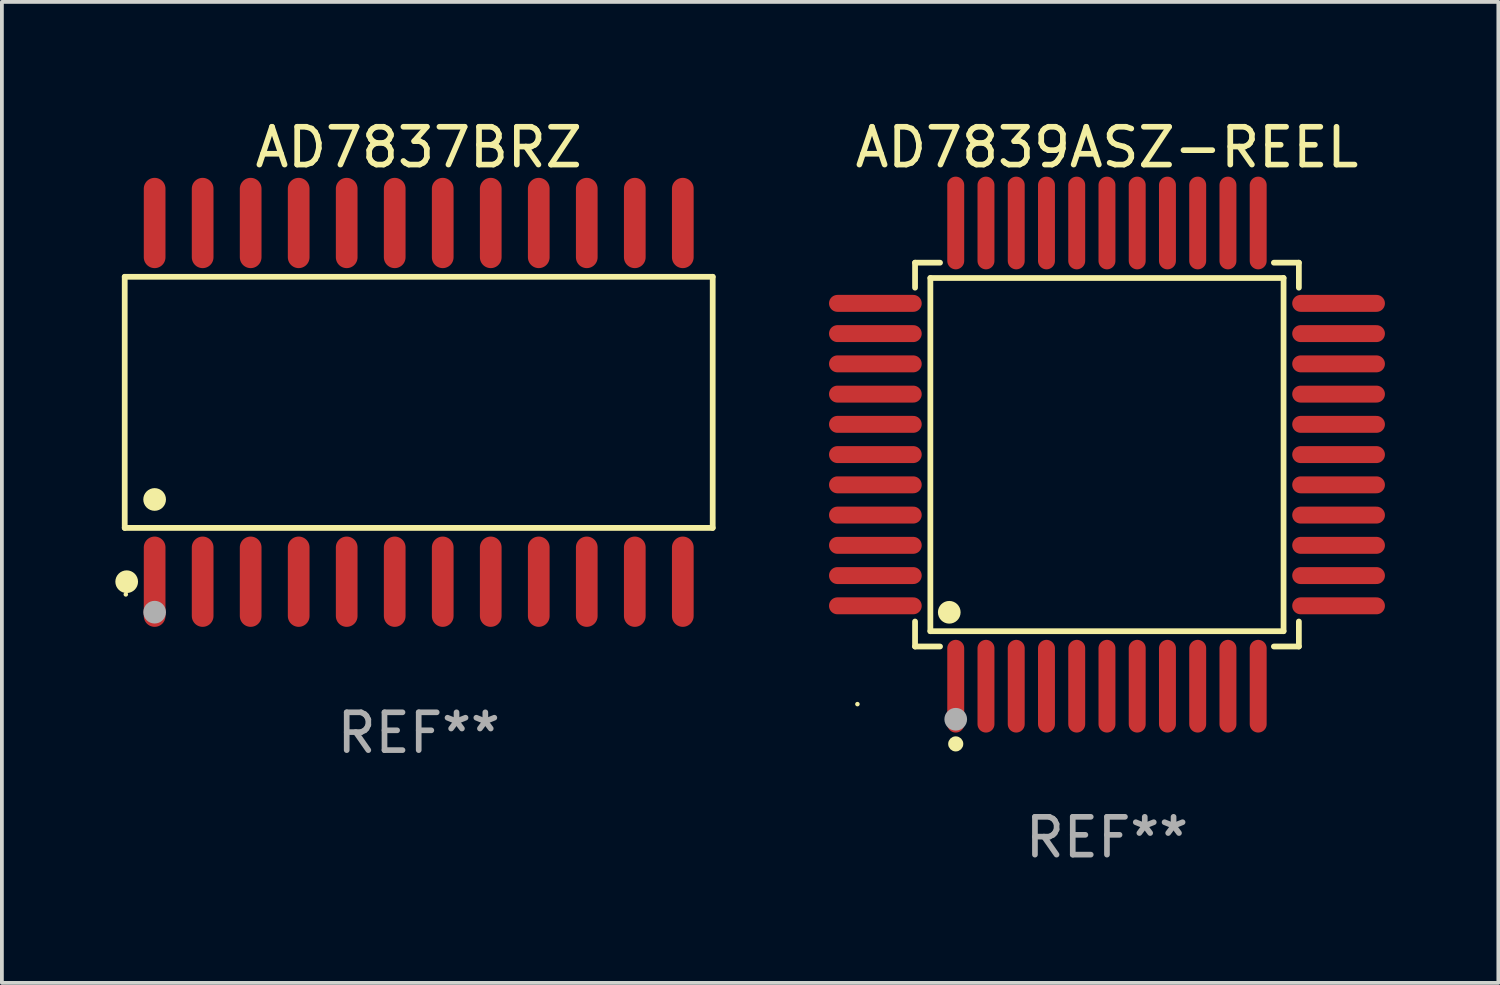
<source format=kicad_pcb>
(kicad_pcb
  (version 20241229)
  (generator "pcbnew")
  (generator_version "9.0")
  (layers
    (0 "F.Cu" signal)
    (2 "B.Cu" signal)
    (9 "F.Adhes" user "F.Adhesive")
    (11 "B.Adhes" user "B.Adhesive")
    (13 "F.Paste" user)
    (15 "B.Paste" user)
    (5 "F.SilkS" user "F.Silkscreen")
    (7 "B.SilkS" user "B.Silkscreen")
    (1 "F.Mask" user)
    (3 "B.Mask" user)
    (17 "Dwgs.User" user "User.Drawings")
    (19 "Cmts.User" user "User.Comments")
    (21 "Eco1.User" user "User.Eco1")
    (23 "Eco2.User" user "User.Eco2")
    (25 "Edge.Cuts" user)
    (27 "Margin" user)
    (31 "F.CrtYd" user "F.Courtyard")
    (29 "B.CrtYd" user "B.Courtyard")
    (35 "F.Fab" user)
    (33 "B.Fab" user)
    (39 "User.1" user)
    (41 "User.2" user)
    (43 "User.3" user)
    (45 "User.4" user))
  (footprint "AD7837BRZ"
    (layer "F.Cu")
    (at 8.025 7.592)
    (property "Reference" "AD7837BRZ" (at 0 -6.744 0) (layer "F.SilkS") (effects (font (size 1 1) (thickness 0.15))))
    (attr through_hole)
    (fp_line (start -7.776 -3.321) (end 7.776 -3.321) (stroke (width 0.152) (type solid)) (layer "F.SilkS"))
    (fp_line (start -7.776 3.321) (end -7.776 -3.321) (stroke (width 0.152) (type solid)) (layer "F.SilkS"))
    (fp_line (start 7.776 -3.321) (end 7.776 3.321) (stroke (width 0.152) (type solid)) (layer "F.SilkS"))
    (fp_line (start 7.776 3.321) (end -7.776 3.321) (stroke (width 0.152) (type solid)) (layer "F.SilkS"))
    (fp_circle (center -7.747 5.08) (end -7.717 5.08) (stroke (width 0.06) (type solid)) (fill no) (layer "F.SilkS"))
    (fp_circle (center -7.724 4.744) (end -7.574 4.744) (stroke (width 0.3) (type solid)) (fill no) (layer "F.SilkS"))
    (fp_circle (center -6.985 2.569) (end -6.835 2.569) (stroke (width 0.3) (type solid)) (fill no) (layer "F.SilkS"))
    (fp_circle (center -6.985 5.55) (end -6.835 5.55) (stroke (width 0.3) (type solid)) (fill no) (layer "F.Fab"))
    (fp_text user "REF**" (at 0 8.744 0) (layer "F.Fab") (effects (font (size 1 1) (thickness 0.15))))
    (pad "1" smd oval (at -6.985 4.744) (size 0.574 2.388) (layers "F.Cu" "F.Mask" "F.Paste"))
    (pad "2" smd oval (at -5.715 4.744) (size 0.574 2.388) (layers "F.Cu" "F.Mask" "F.Paste"))
    (pad "3" smd oval (at -4.445 4.744) (size 0.574 2.388) (layers "F.Cu" "F.Mask" "F.Paste"))
    (pad "4" smd oval (at -3.175 4.744) (size 0.574 2.388) (layers "F.Cu" "F.Mask" "F.Paste"))
    (pad "5" smd oval (at -1.905 4.744) (size 0.574 2.388) (layers "F.Cu" "F.Mask" "F.Paste"))
    (pad "6" smd oval (at -0.635 4.744) (size 0.574 2.388) (layers "F.Cu" "F.Mask" "F.Paste"))
    (pad "7" smd oval (at 0.635 4.744) (size 0.574 2.388) (layers "F.Cu" "F.Mask" "F.Paste"))
    (pad "8" smd oval (at 1.905 4.744) (size 0.574 2.388) (layers "F.Cu" "F.Mask" "F.Paste"))
    (pad "9" smd oval (at 3.175 4.744) (size 0.574 2.388) (layers "F.Cu" "F.Mask" "F.Paste"))
    (pad "10" smd oval (at 4.445 4.744) (size 0.574 2.388) (layers "F.Cu" "F.Mask" "F.Paste"))
    (pad "11" smd oval (at 5.715 4.744) (size 0.574 2.388) (layers "F.Cu" "F.Mask" "F.Paste"))
    (pad "12" smd oval (at 6.985 4.744) (size 0.574 2.388) (layers "F.Cu" "F.Mask" "F.Paste"))
    (pad "13" smd oval (at 6.985 -4.744) (size 0.574 2.388) (layers "F.Cu" "F.Mask" "F.Paste"))
    (pad "14" smd oval (at 5.715 -4.744) (size 0.574 2.388) (layers "F.Cu" "F.Mask" "F.Paste"))
    (pad "15" smd oval (at 4.445 -4.744) (size 0.574 2.388) (layers "F.Cu" "F.Mask" "F.Paste"))
    (pad "16" smd oval (at 3.175 -4.744) (size 0.574 2.388) (layers "F.Cu" "F.Mask" "F.Paste"))
    (pad "17" smd oval (at 1.905 -4.744) (size 0.574 2.388) (layers "F.Cu" "F.Mask" "F.Paste"))
    (pad "18" smd oval (at 0.635 -4.744) (size 0.574 2.388) (layers "F.Cu" "F.Mask" "F.Paste"))
    (pad "19" smd oval (at -0.635 -4.744) (size 0.574 2.388) (layers "F.Cu" "F.Mask" "F.Paste"))
    (pad "20" smd oval (at -1.905 -4.744) (size 0.574 2.388) (layers "F.Cu" "F.Mask" "F.Paste"))
    (pad "21" smd oval (at -3.175 -4.744) (size 0.574 2.388) (layers "F.Cu" "F.Mask" "F.Paste"))
    (pad "22" smd oval (at -4.445 -4.744) (size 0.574 2.388) (layers "F.Cu" "F.Mask" "F.Paste"))
    (pad "23" smd oval (at -5.715 -4.744) (size 0.574 2.388) (layers "F.Cu" "F.Mask" "F.Paste"))
    (pad "24" smd oval (at -6.985 -4.744) (size 0.574 2.388) (layers "F.Cu" "F.Mask" "F.Paste")))
  (footprint "AD7839ASZ-REEL"
    (layer "F.Cu")
    (at 26.229 8.974)
    (property "Reference" "AD7839ASZ-REEL" (at 0 -8.126 0) (layer "F.SilkS") (effects (font (size 1 1) (thickness 0.15))))
    (attr through_hole)
    (fp_line (start -5.076 -5.076) (end -4.415 -5.076) (stroke (width 0.152) (type solid)) (layer "F.SilkS"))
    (fp_line (start -5.076 -4.415) (end -5.076 -5.076) (stroke (width 0.152) (type solid)) (layer "F.SilkS"))
    (fp_line (start -5.076 4.415) (end -5.076 5.076) (stroke (width 0.152) (type solid)) (layer "F.SilkS"))
    (fp_line (start -5.076 5.076) (end -4.415 5.076) (stroke (width 0.152) (type solid)) (layer "F.SilkS"))
    (fp_line (start -4.671 -4.671) (end 4.671 -4.671) (stroke (width 0.152) (type solid)) (layer "F.SilkS"))
    (fp_line (start -4.671 4.671) (end -4.671 -4.671) (stroke (width 0.152) (type solid)) (layer "F.SilkS"))
    (fp_line (start 4.671 -4.671) (end 4.671 4.671) (stroke (width 0.152) (type solid)) (layer "F.SilkS"))
    (fp_line (start 4.671 4.671) (end -4.671 4.671) (stroke (width 0.152) (type solid)) (layer "F.SilkS"))
    (fp_line (start 5.076 -5.076) (end 4.415 -5.076) (stroke (width 0.152) (type solid)) (layer "F.SilkS"))
    (fp_line (start 5.076 -4.415) (end 5.076 -5.076) (stroke (width 0.152) (type solid)) (layer "F.SilkS"))
    (fp_line (start 5.076 4.415) (end 5.076 5.076) (stroke (width 0.152) (type solid)) (layer "F.SilkS"))
    (fp_line (start 5.076 5.076) (end 4.415 5.076) (stroke (width 0.152) (type solid)) (layer "F.SilkS"))
    (fp_circle (center -6.6 6.6) (end -6.57 6.6) (stroke (width 0.06) (type solid)) (fill no) (layer "F.SilkS"))
    (fp_circle (center -4.171 4.171) (end -4.021 4.171) (stroke (width 0.3) (type solid)) (fill no) (layer "F.SilkS"))
    (fp_circle (center -4 7.652) (end -3.9 7.652) (stroke (width 0.2) (type solid)) (fill no) (layer "F.SilkS"))
    (fp_circle (center -4 7) (end -3.85 7) (stroke (width 0.3) (type solid)) (fill no) (layer "F.Fab"))
    (fp_text user "REF**" (at 0 10.126 0) (layer "F.Fab") (effects (font (size 1 1) (thickness 0.15))))
    (pad "1" smd oval (at -4 6.126) (size 0.448 2.452) (layers "F.Cu" "F.Mask" "F.Paste"))
    (pad "2" smd oval (at -3.2 6.126) (size 0.448 2.452) (layers "F.Cu" "F.Mask" "F.Paste"))
    (pad "3" smd oval (at -2.4 6.126) (size 0.448 2.452) (layers "F.Cu" "F.Mask" "F.Paste"))
    (pad "4" smd oval (at -1.6 6.126) (size 0.448 2.452) (layers "F.Cu" "F.Mask" "F.Paste"))
    (pad "5" smd oval (at -0.8 6.126) (size 0.448 2.452) (layers "F.Cu" "F.Mask" "F.Paste"))
    (pad "6" smd oval (at 0 6.126) (size 0.448 2.452) (layers "F.Cu" "F.Mask" "F.Paste"))
    (pad "7" smd oval (at 0.8 6.126) (size 0.448 2.452) (layers "F.Cu" "F.Mask" "F.Paste"))
    (pad "8" smd oval (at 1.6 6.126) (size 0.448 2.452) (layers "F.Cu" "F.Mask" "F.Paste"))
    (pad "9" smd oval (at 2.4 6.126) (size 0.448 2.452) (layers "F.Cu" "F.Mask" "F.Paste"))
    (pad "10" smd oval (at 3.2 6.126) (size 0.448 2.452) (layers "F.Cu" "F.Mask" "F.Paste"))
    (pad "11" smd oval (at 4 6.126) (size 0.448 2.452) (layers "F.Cu" "F.Mask" "F.Paste"))
    (pad "12" smd oval (at 6.126 4) (size 2.452 0.448) (layers "F.Cu" "F.Mask" "F.Paste"))
    (pad "13" smd oval (at 6.126 3.2) (size 2.452 0.448) (layers "F.Cu" "F.Mask" "F.Paste"))
    (pad "14" smd oval (at 6.126 2.4) (size 2.452 0.448) (layers "F.Cu" "F.Mask" "F.Paste"))
    (pad "15" smd oval (at 6.126 1.6) (size 2.452 0.448) (layers "F.Cu" "F.Mask" "F.Paste"))
    (pad "16" smd oval (at 6.126 0.8) (size 2.452 0.448) (layers "F.Cu" "F.Mask" "F.Paste"))
    (pad "17" smd oval (at 6.126 0) (size 2.452 0.448) (layers "F.Cu" "F.Mask" "F.Paste"))
    (pad "18" smd oval (at 6.126 -0.8) (size 2.452 0.448) (layers "F.Cu" "F.Mask" "F.Paste"))
    (pad "19" smd oval (at 6.126 -1.6) (size 2.452 0.448) (layers "F.Cu" "F.Mask" "F.Paste"))
    (pad "20" smd oval (at 6.126 -2.4) (size 2.452 0.448) (layers "F.Cu" "F.Mask" "F.Paste"))
    (pad "21" smd oval (at 6.126 -3.2) (size 2.452 0.448) (layers "F.Cu" "F.Mask" "F.Paste"))
    (pad "22" smd oval (at 6.126 -4) (size 2.452 0.448) (layers "F.Cu" "F.Mask" "F.Paste"))
    (pad "23" smd oval (at 4 -6.126) (size 0.448 2.452) (layers "F.Cu" "F.Mask" "F.Paste"))
    (pad "24" smd oval (at 3.2 -6.126) (size 0.448 2.452) (layers "F.Cu" "F.Mask" "F.Paste"))
    (pad "25" smd oval (at 2.4 -6.126) (size 0.448 2.452) (layers "F.Cu" "F.Mask" "F.Paste"))
    (pad "26" smd oval (at 1.6 -6.126) (size 0.448 2.452) (layers "F.Cu" "F.Mask" "F.Paste"))
    (pad "27" smd oval (at 0.8 -6.126) (size 0.448 2.452) (layers "F.Cu" "F.Mask" "F.Paste"))
    (pad "28" smd oval (at 0 -6.126) (size 0.448 2.452) (layers "F.Cu" "F.Mask" "F.Paste"))
    (pad "29" smd oval (at -0.8 -6.126) (size 0.448 2.452) (layers "F.Cu" "F.Mask" "F.Paste"))
    (pad "30" smd oval (at -1.6 -6.126) (size 0.448 2.452) (layers "F.Cu" "F.Mask" "F.Paste"))
    (pad "31" smd oval (at -2.4 -6.126) (size 0.448 2.452) (layers "F.Cu" "F.Mask" "F.Paste"))
    (pad "32" smd oval (at -3.2 -6.126) (size 0.448 2.452) (layers "F.Cu" "F.Mask" "F.Paste"))
    (pad "33" smd oval (at -4 -6.126) (size 0.448 2.452) (layers "F.Cu" "F.Mask" "F.Paste"))
    (pad "34" smd oval (at -6.126 -4) (size 2.452 0.448) (layers "F.Cu" "F.Mask" "F.Paste"))
    (pad "35" smd oval (at -6.126 -3.2) (size 2.452 0.448) (layers "F.Cu" "F.Mask" "F.Paste"))
    (pad "36" smd oval (at -6.126 -2.4) (size 2.452 0.448) (layers "F.Cu" "F.Mask" "F.Paste"))
    (pad "37" smd oval (at -6.126 -1.6) (size 2.452 0.448) (layers "F.Cu" "F.Mask" "F.Paste"))
    (pad "38" smd oval (at -6.126 -0.8) (size 2.452 0.448) (layers "F.Cu" "F.Mask" "F.Paste"))
    (pad "39" smd oval (at -6.126 0) (size 2.452 0.448) (layers "F.Cu" "F.Mask" "F.Paste"))
    (pad "40" smd oval (at -6.126 0.8) (size 2.452 0.448) (layers "F.Cu" "F.Mask" "F.Paste"))
    (pad "41" smd oval (at -6.126 1.6) (size 2.452 0.448) (layers "F.Cu" "F.Mask" "F.Paste"))
    (pad "42" smd oval (at -6.126 2.4) (size 2.452 0.448) (layers "F.Cu" "F.Mask" "F.Paste"))
    (pad "43" smd oval (at -6.126 3.2) (size 2.452 0.448) (layers "F.Cu" "F.Mask" "F.Paste"))
    (pad "44" smd oval (at -6.126 4) (size 2.452 0.448) (layers "F.Cu" "F.Mask" "F.Paste")))
  (gr_rect
    (start -3 -3)
    (end 36.581 22.948)
    (stroke (width 0.1) (type default))
    (fill no)
    (layer "Edge.Cuts")))
</source>
